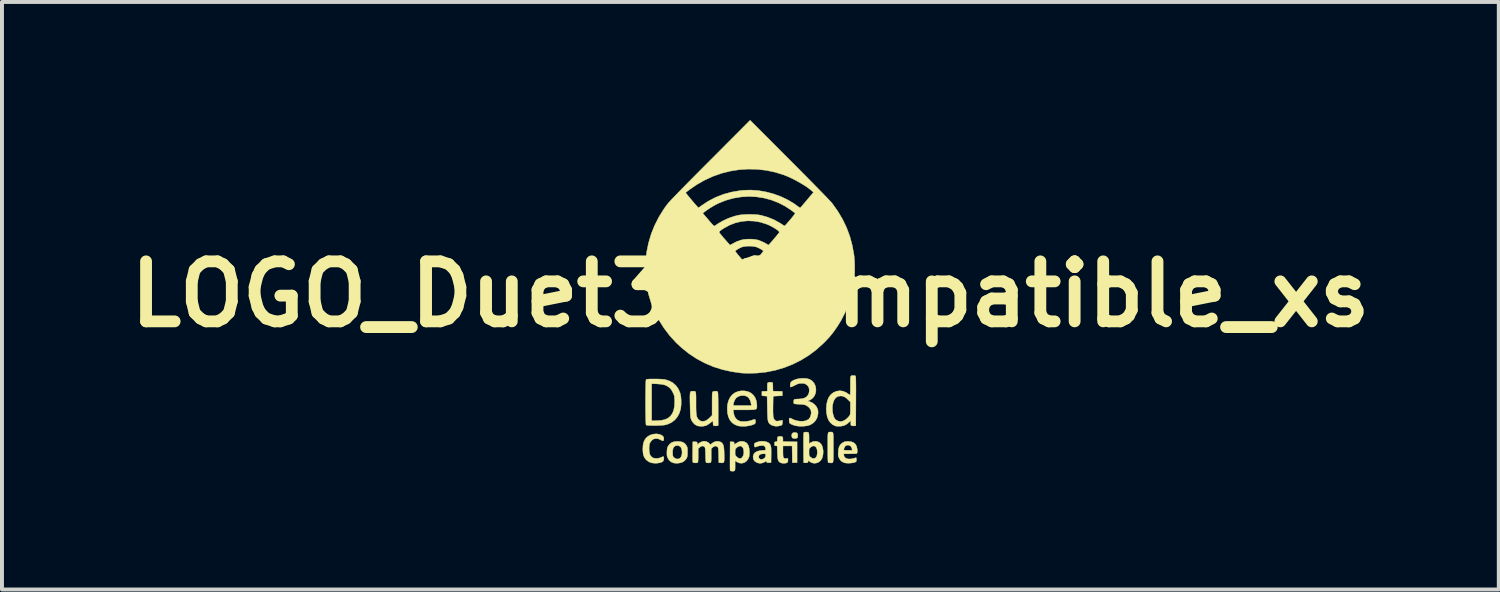
<source format=kicad_pcb>
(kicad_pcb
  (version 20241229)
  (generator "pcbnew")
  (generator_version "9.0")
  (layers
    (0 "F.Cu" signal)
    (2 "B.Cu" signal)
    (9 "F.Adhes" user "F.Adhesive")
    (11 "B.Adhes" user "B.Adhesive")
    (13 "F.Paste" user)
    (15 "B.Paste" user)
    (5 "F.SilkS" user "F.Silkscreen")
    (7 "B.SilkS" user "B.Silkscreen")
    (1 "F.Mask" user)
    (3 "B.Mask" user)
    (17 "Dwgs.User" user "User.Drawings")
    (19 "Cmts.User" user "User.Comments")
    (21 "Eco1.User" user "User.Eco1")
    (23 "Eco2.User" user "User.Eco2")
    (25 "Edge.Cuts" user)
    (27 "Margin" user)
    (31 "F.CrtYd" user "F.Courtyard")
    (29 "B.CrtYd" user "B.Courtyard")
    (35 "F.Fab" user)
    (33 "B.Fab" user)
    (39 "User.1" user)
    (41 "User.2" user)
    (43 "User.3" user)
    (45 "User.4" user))
  (footprint "LOGO_Duet3dCompatible_xs"
    (layer "F.Cu")
    (at 16.009 4.423)
    (property "Reference" "LOGO_Duet3dCompatible_xs" (at 0 0 0) (layer "F.SilkS") (effects (font (size 1.524 1.524) (thickness 0.3))))
    (attr through_hole)
    (fp_poly (pts (xy 1.165 3.516) (xy 1.19 3.53) (xy 1.202 3.558) (xy 1.204 3.589) (xy 1.202 3.625) (xy 1.194 3.646) (xy 1.182 3.655) (xy 1.15 3.665) (xy 1.112 3.665) (xy 1.08 3.657) (xy 1.066 3.649) (xy 1.055 3.626) (xy 1.049 3.593) (xy 1.049 3.589) (xy 1.056 3.547) (xy 1.078 3.522) (xy 1.115 3.512) (xy 1.122 3.512) (xy 1.165 3.516)) (stroke (width 0.01) (type solid)) (fill yes) (layer "F.SilkS"))
    (fp_poly (pts (xy 2.072 3.501) (xy 2.084 3.504) (xy 2.093 3.513) (xy 2.1 3.529) (xy 2.104 3.554) (xy 2.107 3.59) (xy 2.109 3.641) (xy 2.109 3.706) (xy 2.109 3.79) (xy 2.109 3.893) (xy 2.109 3.996) (xy 2.109 4.08) (xy 2.109 4.146) (xy 2.107 4.196) (xy 2.104 4.233) (xy 2.099 4.258) (xy 2.092 4.273) (xy 2.083 4.281) (xy 2.07 4.285) (xy 2.054 4.285) (xy 2.034 4.284) (xy 2.034 4.284) (xy 2.003 4.282) (xy 1.981 4.278) (xy 1.98 4.278) (xy 1.976 4.271) (xy 1.973 4.254) (xy 1.97 4.224) (xy 1.968 4.18) (xy 1.967 4.121) (xy 1.966 4.043) (xy 1.966 3.946) (xy 1.966 3.893) (xy 1.966 3.79) (xy 1.966 3.706) (xy 1.966 3.64) (xy 1.968 3.59) (xy 1.971 3.554) (xy 1.975 3.529) (xy 1.982 3.513) (xy 1.991 3.504) (xy 2.003 3.501) (xy 2.019 3.5) (xy 2.038 3.501) (xy 2.056 3.5) (xy 2.072 3.501)) (stroke (width 0.01) (type solid)) (fill yes) (layer "F.SilkS"))
    (fp_poly (pts (xy 0.795 3.613) (xy 0.817 3.623) (xy 0.826 3.646) (xy 0.828 3.684) (xy 0.828 3.743) (xy 1.008 3.746) (xy 1.187 3.749) (xy 1.187 4.279) (xy 1.066 4.279) (xy 1.063 4.067) (xy 1.06 3.854) (xy 0.828 3.854) (xy 0.828 3.997) (xy 0.829 4.064) (xy 0.832 4.112) (xy 0.839 4.144) (xy 0.851 4.163) (xy 0.869 4.172) (xy 0.896 4.173) (xy 0.91 4.172) (xy 0.955 4.169) (xy 0.955 4.218) (xy 0.953 4.251) (xy 0.945 4.27) (xy 0.928 4.282) (xy 0.896 4.291) (xy 0.854 4.295) (xy 0.813 4.293) (xy 0.795 4.289) (xy 0.76 4.275) (xy 0.734 4.259) (xy 0.716 4.236) (xy 0.703 4.204) (xy 0.694 4.16) (xy 0.69 4.099) (xy 0.687 4.023) (xy 0.682 3.855) (xy 0.648 3.852) (xy 0.626 3.848) (xy 0.616 3.839) (xy 0.613 3.817) (xy 0.613 3.799) (xy 0.614 3.768) (xy 0.62 3.753) (xy 0.635 3.747) (xy 0.649 3.746) (xy 0.67 3.743) (xy 0.68 3.735) (xy 0.684 3.717) (xy 0.685 3.683) (xy 0.687 3.645) (xy 0.697 3.623) (xy 0.719 3.613) (xy 0.756 3.611) (xy 0.795 3.613)) (stroke (width 0.01) (type solid)) (fill yes) (layer "F.SilkS"))
    (fp_poly (pts (xy -2.32 3.556) (xy -2.261 3.577) (xy -2.22 3.606) (xy -2.2 3.644) (xy -2.198 3.665) (xy -2.2 3.701) (xy -2.208 3.72) (xy -2.226 3.723) (xy -2.257 3.711) (xy -2.281 3.699) (xy -2.322 3.679) (xy -2.354 3.67) (xy -2.387 3.668) (xy -2.405 3.669) (xy -2.446 3.675) (xy -2.476 3.689) (xy -2.502 3.711) (xy -2.536 3.751) (xy -2.558 3.795) (xy -2.569 3.849) (xy -2.572 3.918) (xy -2.571 3.945) (xy -2.565 4.014) (xy -2.554 4.065) (xy -2.534 4.104) (xy -2.504 4.136) (xy -2.492 4.146) (xy -2.454 4.163) (xy -2.404 4.17) (xy -2.348 4.168) (xy -2.295 4.156) (xy -2.266 4.144) (xy -2.236 4.13) (xy -2.214 4.124) (xy -2.208 4.125) (xy -2.199 4.142) (xy -2.197 4.171) (xy -2.201 4.204) (xy -2.21 4.233) (xy -2.219 4.245) (xy -2.256 4.267) (xy -2.309 4.283) (xy -2.371 4.292) (xy -2.436 4.293) (xy -2.499 4.285) (xy -2.52 4.281) (xy -2.585 4.253) (xy -2.642 4.21) (xy -2.672 4.175) (xy -2.699 4.13) (xy -2.717 4.081) (xy -2.727 4.022) (xy -2.731 3.948) (xy -2.731 3.931) (xy -2.727 3.844) (xy -2.714 3.772) (xy -2.689 3.711) (xy -2.653 3.656) (xy -2.65 3.653) (xy -2.599 3.608) (xy -2.534 3.574) (xy -2.461 3.553) (xy -2.384 3.547) (xy -2.32 3.556)) (stroke (width 0.01) (type solid)) (fill yes) (layer "F.SilkS"))
    (fp_poly (pts (xy 0.53 2.238) (xy 0.569 2.247) (xy 0.572 2.355) (xy 0.575 2.462) (xy 0.812 2.468) (xy 0.812 2.579) (xy 0.696 2.584) (xy 0.58 2.59) (xy 0.576 2.816) (xy 0.575 2.912) (xy 0.575 2.989) (xy 0.577 3.049) (xy 0.58 3.096) (xy 0.586 3.13) (xy 0.594 3.156) (xy 0.604 3.176) (xy 0.618 3.193) (xy 0.62 3.195) (xy 0.643 3.215) (xy 0.664 3.223) (xy 0.693 3.222) (xy 0.705 3.221) (xy 0.743 3.215) (xy 0.779 3.209) (xy 0.787 3.207) (xy 0.818 3.2) (xy 0.815 3.259) (xy 0.812 3.295) (xy 0.804 3.316) (xy 0.79 3.328) (xy 0.784 3.331) (xy 0.758 3.34) (xy 0.721 3.347) (xy 0.683 3.352) (xy 0.651 3.354) (xy 0.635 3.352) (xy 0.617 3.348) (xy 0.589 3.342) (xy 0.583 3.341) (xy 0.547 3.329) (xy 0.511 3.308) (xy 0.507 3.305) (xy 0.487 3.288) (xy 0.472 3.27) (xy 0.46 3.249) (xy 0.451 3.223) (xy 0.444 3.189) (xy 0.439 3.144) (xy 0.436 3.086) (xy 0.433 3.011) (xy 0.431 2.917) (xy 0.431 2.893) (xy 0.425 2.59) (xy 0.293 2.579) (xy 0.293 2.468) (xy 0.362 2.465) (xy 0.431 2.462) (xy 0.431 2.357) (xy 0.431 2.308) (xy 0.432 2.277) (xy 0.436 2.259) (xy 0.444 2.249) (xy 0.456 2.242) (xy 0.461 2.241) (xy 0.502 2.234) (xy 0.53 2.238)) (stroke (width 0.01) (type solid)) (fill yes) (layer "F.SilkS"))
    (fp_poly (pts (xy -1.773 3.744) (xy -1.712 3.761) (xy -1.665 3.792) (xy -1.628 3.838) (xy -1.626 3.841) (xy -1.612 3.867) (xy -1.603 3.89) (xy -1.598 3.917) (xy -1.596 3.954) (xy -1.596 4.007) (xy -1.596 4.009) (xy -1.597 4.072) (xy -1.602 4.12) (xy -1.614 4.156) (xy -1.633 4.188) (xy -1.661 4.22) (xy -1.669 4.228) (xy -1.718 4.262) (xy -1.781 4.284) (xy -1.852 4.294) (xy -1.925 4.291) (xy -1.951 4.285) (xy -2.013 4.26) (xy -2.063 4.217) (xy -2.093 4.169) (xy -2.107 4.138) (xy -2.116 4.111) (xy -2.119 4.08) (xy -2.12 4.04) (xy -2.119 4.006) (xy -2.118 3.987) (xy -1.975 3.987) (xy -1.975 4.037) (xy -1.972 4.081) (xy -1.967 4.109) (xy -1.958 4.129) (xy -1.943 4.146) (xy -1.935 4.153) (xy -1.893 4.178) (xy -1.847 4.186) (xy -1.803 4.175) (xy -1.79 4.167) (xy -1.76 4.133) (xy -1.741 4.083) (xy -1.734 4.018) (xy -1.734 4.014) (xy -1.741 3.946) (xy -1.76 3.895) (xy -1.793 3.861) (xy -1.837 3.844) (xy -1.856 3.843) (xy -1.905 3.852) (xy -1.941 3.879) (xy -1.965 3.924) (xy -1.975 3.987) (xy -2.118 3.987) (xy -2.116 3.954) (xy -2.112 3.918) (xy -2.104 3.89) (xy -2.091 3.864) (xy -2.082 3.848) (xy -2.041 3.798) (xy -1.991 3.764) (xy -1.929 3.744) (xy -1.851 3.738) (xy -1.85 3.738) (xy -1.773 3.744)) (stroke (width 0.01) (type solid)) (fill yes) (layer "F.SilkS"))
    (fp_poly (pts (xy -0.163 3.743) (xy -0.114 3.765) (xy -0.075 3.799) (xy -0.048 3.847) (xy -0.031 3.912) (xy -0.024 3.981) (xy -0.024 4.032) (xy -0.026 4.081) (xy -0.03 4.118) (xy -0.032 4.126) (xy -0.059 4.19) (xy -0.099 4.24) (xy -0.148 4.275) (xy -0.205 4.292) (xy -0.264 4.291) (xy -0.324 4.27) (xy -0.342 4.259) (xy -0.387 4.229) (xy -0.387 4.355) (xy -0.387 4.413) (xy -0.389 4.452) (xy -0.395 4.476) (xy -0.408 4.489) (xy -0.428 4.494) (xy -0.458 4.495) (xy -0.465 4.495) (xy -0.495 4.491) (xy -0.513 4.483) (xy -0.514 4.481) (xy -0.515 4.467) (xy -0.516 4.433) (xy -0.517 4.383) (xy -0.517 4.319) (xy -0.517 4.244) (xy -0.517 4.161) (xy -0.516 4.108) (xy -0.516 4.014) (xy -0.387 4.014) (xy -0.386 4.056) (xy -0.383 4.083) (xy -0.374 4.102) (xy -0.358 4.12) (xy -0.342 4.134) (xy -0.299 4.165) (xy -0.26 4.174) (xy -0.226 4.161) (xy -0.212 4.15) (xy -0.183 4.105) (xy -0.168 4.049) (xy -0.166 4.008) (xy -0.172 3.945) (xy -0.19 3.898) (xy -0.218 3.867) (xy -0.252 3.855) (xy -0.293 3.862) (xy -0.337 3.889) (xy -0.342 3.894) (xy -0.365 3.916) (xy -0.378 3.933) (xy -0.385 3.954) (xy -0.386 3.986) (xy -0.387 4.014) (xy -0.516 4.014) (xy -0.514 3.749) (xy -0.464 3.749) (xy -0.433 3.75) (xy -0.418 3.756) (xy -0.412 3.771) (xy -0.411 3.784) (xy -0.407 3.819) (xy -0.352 3.782) (xy -0.287 3.747) (xy -0.224 3.734) (xy -0.163 3.743)) (stroke (width 0.01) (type solid)) (fill yes) (layer "F.SilkS"))
    (fp_poly (pts (xy 1.451 3.504) (xy 1.474 3.512) (xy 1.478 3.514) (xy 1.484 3.533) (xy 1.489 3.573) (xy 1.491 3.635) (xy 1.491 3.663) (xy 1.491 3.798) (xy 1.531 3.771) (xy 1.588 3.744) (xy 1.648 3.734) (xy 1.706 3.743) (xy 1.758 3.769) (xy 1.8 3.81) (xy 1.816 3.837) (xy 1.84 3.909) (xy 1.85 3.989) (xy 1.846 4.071) (xy 1.829 4.146) (xy 1.813 4.184) (xy 1.776 4.234) (xy 1.727 4.27) (xy 1.67 4.29) (xy 1.61 4.293) (xy 1.557 4.279) (xy 1.524 4.261) (xy 1.495 4.24) (xy 1.494 4.238) (xy 1.469 4.215) (xy 1.469 4.244) (xy 1.46 4.27) (xy 1.433 4.283) (xy 1.388 4.283) (xy 1.385 4.283) (xy 1.353 4.279) (xy 1.351 4.014) (xy 1.491 4.014) (xy 1.491 4.059) (xy 1.494 4.089) (xy 1.5 4.108) (xy 1.512 4.123) (xy 1.53 4.14) (xy 1.573 4.168) (xy 1.615 4.173) (xy 1.646 4.163) (xy 1.675 4.135) (xy 1.693 4.089) (xy 1.701 4.025) (xy 1.701 4.014) (xy 1.695 3.95) (xy 1.678 3.901) (xy 1.651 3.868) (xy 1.618 3.854) (xy 1.579 3.858) (xy 1.536 3.883) (xy 1.53 3.888) (xy 1.511 3.906) (xy 1.499 3.922) (xy 1.493 3.941) (xy 1.491 3.971) (xy 1.491 4.014) (xy 1.351 4.014) (xy 1.35 3.899) (xy 1.349 3.792) (xy 1.349 3.706) (xy 1.35 3.638) (xy 1.351 3.586) (xy 1.353 3.55) (xy 1.355 3.526) (xy 1.359 3.513) (xy 1.361 3.51) (xy 1.384 3.503) (xy 1.417 3.501) (xy 1.451 3.504)) (stroke (width 0.01) (type solid)) (fill yes) (layer "F.SilkS"))
    (fp_poly (pts (xy 2.562 3.746) (xy 2.623 3.769) (xy 2.668 3.808) (xy 2.698 3.862) (xy 2.714 3.933) (xy 2.716 3.972) (xy 2.715 4.012) (xy 2.71 4.035) (xy 2.7 4.046) (xy 2.699 4.046) (xy 2.682 4.049) (xy 2.648 4.051) (xy 2.6 4.052) (xy 2.545 4.053) (xy 2.528 4.053) (xy 2.374 4.053) (xy 2.374 4.081) (xy 2.384 4.124) (xy 2.411 4.156) (xy 2.453 4.177) (xy 2.507 4.186) (xy 2.57 4.182) (xy 2.624 4.169) (xy 2.656 4.16) (xy 2.68 4.154) (xy 2.686 4.152) (xy 2.691 4.162) (xy 2.694 4.187) (xy 2.695 4.203) (xy 2.693 4.234) (xy 2.686 4.252) (xy 2.667 4.264) (xy 2.655 4.269) (xy 2.614 4.281) (xy 2.559 4.288) (xy 2.5 4.292) (xy 2.444 4.29) (xy 2.399 4.284) (xy 2.391 4.281) (xy 2.336 4.258) (xy 2.297 4.228) (xy 2.266 4.185) (xy 2.257 4.168) (xy 2.243 4.137) (xy 2.235 4.11) (xy 2.231 4.08) (xy 2.231 4.04) (xy 2.233 4.005) (xy 2.239 3.942) (xy 2.374 3.942) (xy 2.376 3.952) (xy 2.383 3.959) (xy 2.4 3.963) (xy 2.43 3.964) (xy 2.479 3.965) (xy 2.587 3.965) (xy 2.58 3.923) (xy 2.564 3.88) (xy 2.534 3.849) (xy 2.494 3.833) (xy 2.452 3.835) (xy 2.429 3.843) (xy 2.406 3.865) (xy 2.386 3.898) (xy 2.375 3.933) (xy 2.374 3.942) (xy 2.239 3.942) (xy 2.241 3.928) (xy 2.258 3.867) (xy 2.287 3.82) (xy 2.33 3.782) (xy 2.35 3.769) (xy 2.382 3.752) (xy 2.412 3.743) (xy 2.449 3.739) (xy 2.485 3.738) (xy 2.562 3.746)) (stroke (width 0.01) (type solid)) (fill yes) (layer "F.SilkS"))
    (fp_poly (pts (xy 0.351 3.737) (xy 0.413 3.75) (xy 0.462 3.774) (xy 0.485 3.794) (xy 0.501 3.814) (xy 0.512 3.837) (xy 0.521 3.865) (xy 0.526 3.902) (xy 0.528 3.952) (xy 0.529 4.016) (xy 0.528 4.1) (xy 0.528 4.103) (xy 0.525 4.279) (xy 0.47 4.279) (xy 0.437 4.278) (xy 0.419 4.273) (xy 0.411 4.26) (xy 0.409 4.252) (xy 0.402 4.234) (xy 0.394 4.237) (xy 0.393 4.239) (xy 0.373 4.257) (xy 0.338 4.274) (xy 0.298 4.288) (xy 0.258 4.295) (xy 0.248 4.296) (xy 0.21 4.29) (xy 0.167 4.277) (xy 0.154 4.271) (xy 0.106 4.237) (xy 0.078 4.192) (xy 0.069 4.137) (xy 0.069 4.127) (xy 0.21 4.127) (xy 0.219 4.163) (xy 0.242 4.186) (xy 0.275 4.196) (xy 0.313 4.191) (xy 0.351 4.169) (xy 0.353 4.168) (xy 0.377 4.142) (xy 0.386 4.114) (xy 0.387 4.096) (xy 0.387 4.053) (xy 0.327 4.053) (xy 0.275 4.059) (xy 0.236 4.077) (xy 0.214 4.105) (xy 0.21 4.127) (xy 0.069 4.127) (xy 0.07 4.122) (xy 0.083 4.069) (xy 0.113 4.027) (xy 0.159 3.997) (xy 0.223 3.977) (xy 0.3 3.967) (xy 0.387 3.961) (xy 0.387 3.924) (xy 0.377 3.884) (xy 0.363 3.864) (xy 0.347 3.851) (xy 0.327 3.845) (xy 0.297 3.844) (xy 0.271 3.846) (xy 0.228 3.852) (xy 0.188 3.862) (xy 0.167 3.87) (xy 0.133 3.883) (xy 0.111 3.879) (xy 0.101 3.856) (xy 0.099 3.832) (xy 0.101 3.804) (xy 0.109 3.787) (xy 0.129 3.774) (xy 0.149 3.765) (xy 0.214 3.744) (xy 0.283 3.734) (xy 0.351 3.737)) (stroke (width 0.01) (type solid)) (fill yes) (layer "F.SilkS"))
    (fp_poly (pts (xy -0.139 2.456) (xy -0.053 2.476) (xy 0.021 2.513) (xy 0.08 2.566) (xy 0.125 2.634) (xy 0.154 2.717) (xy 0.165 2.813) (xy 0.166 2.829) (xy 0.166 2.86) (xy 0.164 2.884) (xy 0.158 2.903) (xy 0.145 2.917) (xy 0.124 2.926) (xy 0.091 2.932) (xy 0.045 2.936) (xy -0.017 2.937) (xy -0.098 2.938) (xy -0.159 2.938) (xy -0.434 2.938) (xy -0.427 3.004) (xy -0.41 3.081) (xy -0.378 3.144) (xy -0.332 3.192) (xy -0.273 3.222) (xy -0.262 3.226) (xy -0.21 3.233) (xy -0.146 3.234) (xy -0.078 3.228) (xy -0.013 3.215) (xy 0.028 3.203) (xy 0.073 3.187) (xy 0.102 3.179) (xy 0.119 3.181) (xy 0.127 3.193) (xy 0.13 3.217) (xy 0.13 3.227) (xy 0.13 3.257) (xy 0.123 3.28) (xy 0.105 3.297) (xy 0.073 3.312) (xy 0.025 3.327) (xy -0.005 3.335) (xy -0.081 3.349) (xy -0.161 3.356) (xy -0.24 3.354) (xy -0.307 3.345) (xy -0.32 3.341) (xy -0.402 3.308) (xy -0.469 3.259) (xy -0.522 3.193) (xy -0.559 3.111) (xy -0.581 3.015) (xy -0.583 2.998) (xy -0.588 2.884) (xy -0.579 2.801) (xy -0.431 2.801) (xy -0.431 2.827) (xy 0.025 2.827) (xy 0.017 2.775) (xy 0.000238 2.707) (xy -0.029 2.65) (xy -0.068 2.608) (xy -0.083 2.598) (xy -0.139 2.578) (xy -0.201 2.573) (xy -0.264 2.582) (xy -0.32 2.605) (xy -0.365 2.64) (xy -0.374 2.651) (xy -0.398 2.691) (xy -0.417 2.738) (xy -0.429 2.782) (xy -0.431 2.801) (xy -0.579 2.801) (xy -0.576 2.781) (xy -0.549 2.689) (xy -0.508 2.611) (xy -0.453 2.547) (xy -0.385 2.498) (xy -0.305 2.467) (xy -0.236 2.455) (xy -0.139 2.456)) (stroke (width 0.01) (type solid)) (fill yes) (layer "F.SilkS"))
    (fp_poly (pts (xy -2.359 2.154) (xy -2.295 2.156) (xy -2.236 2.16) (xy -2.188 2.165) (xy -2.155 2.17) (xy -2.051 2.205) (xy -1.962 2.255) (xy -1.888 2.322) (xy -1.83 2.404) (xy -1.787 2.501) (xy -1.773 2.554) (xy -1.763 2.615) (xy -1.758 2.69) (xy -1.757 2.771) (xy -1.762 2.848) (xy -1.771 2.915) (xy -1.772 2.919) (xy -1.805 3.024) (xy -1.854 3.116) (xy -1.919 3.193) (xy -1.999 3.255) (xy -2.094 3.3) (xy -2.156 3.318) (xy -2.191 3.324) (xy -2.24 3.329) (xy -2.299 3.332) (xy -2.364 3.335) (xy -2.43 3.336) (xy -2.494 3.335) (xy -2.552 3.334) (xy -2.6 3.331) (xy -2.633 3.327) (xy -2.648 3.322) (xy -2.651 3.308) (xy -2.654 3.274) (xy -2.656 3.224) (xy -2.657 3.214) (xy -2.507 3.214) (xy -2.421 3.213) (xy -2.365 3.212) (xy -2.303 3.207) (xy -2.256 3.203) (xy -2.164 3.182) (xy -2.088 3.146) (xy -2.026 3.093) (xy -1.979 3.025) (xy -1.946 2.94) (xy -1.927 2.839) (xy -1.923 2.72) (xy -1.924 2.694) (xy -1.926 2.639) (xy -1.93 2.599) (xy -1.937 2.568) (xy -1.948 2.537) (xy -1.965 2.501) (xy -1.972 2.488) (xy -2.002 2.434) (xy -2.032 2.395) (xy -2.068 2.363) (xy -2.071 2.361) (xy -2.114 2.332) (xy -2.161 2.31) (xy -2.215 2.295) (xy -2.281 2.285) (xy -2.364 2.279) (xy -2.372 2.278) (xy -2.507 2.272) (xy -2.507 3.214) (xy -2.657 3.214) (xy -2.658 3.159) (xy -2.66 3.083) (xy -2.661 2.997) (xy -2.662 2.904) (xy -2.662 2.807) (xy -2.663 2.708) (xy -2.662 2.611) (xy -2.661 2.517) (xy -2.66 2.429) (xy -2.659 2.349) (xy -2.657 2.281) (xy -2.655 2.226) (xy -2.652 2.188) (xy -2.649 2.168) (xy -2.648 2.167) (xy -2.632 2.161) (xy -2.597 2.157) (xy -2.549 2.154) (xy -2.49 2.153) (xy -2.426 2.153) (xy -2.359 2.154)) (stroke (width 0.01) (type solid)) (fill yes) (layer "F.SilkS"))
    (fp_poly (pts (xy -1.416 2.464) (xy -1.402 2.469) (xy -1.393 2.48) (xy -1.387 2.5) (xy -1.383 2.532) (xy -1.381 2.577) (xy -1.38 2.638) (xy -1.38 2.718) (xy -1.38 2.75) (xy -1.38 2.852) (xy -1.379 2.935) (xy -1.376 3.001) (xy -1.371 3.052) (xy -1.364 3.092) (xy -1.355 3.124) (xy -1.342 3.149) (xy -1.326 3.17) (xy -1.314 3.183) (xy -1.285 3.209) (xy -1.256 3.223) (xy -1.219 3.227) (xy -1.176 3.226) (xy -1.132 3.213) (xy -1.081 3.18) (xy -1.024 3.13) (xy -1.019 3.124) (xy -0.972 3.076) (xy -0.972 2.781) (xy -0.972 2.692) (xy -0.971 2.623) (xy -0.971 2.571) (xy -0.969 2.534) (xy -0.967 2.508) (xy -0.964 2.491) (xy -0.959 2.482) (xy -0.954 2.476) (xy -0.95 2.474) (xy -0.922 2.466) (xy -0.887 2.463) (xy -0.853 2.466) (xy -0.831 2.475) (xy -0.83 2.476) (xy -0.827 2.486) (xy -0.824 2.508) (xy -0.821 2.545) (xy -0.82 2.597) (xy -0.818 2.666) (xy -0.818 2.754) (xy -0.817 2.862) (xy -0.817 2.912) (xy -0.817 3.335) (xy -0.843 3.341) (xy -0.873 3.345) (xy -0.907 3.344) (xy -0.928 3.341) (xy -0.939 3.334) (xy -0.945 3.316) (xy -0.947 3.283) (xy -0.948 3.278) (xy -0.951 3.215) (xy -1.018 3.269) (xy -1.058 3.298) (xy -1.1 3.324) (xy -1.134 3.34) (xy -1.136 3.34) (xy -1.199 3.353) (xy -1.269 3.355) (xy -1.335 3.345) (xy -1.355 3.339) (xy -1.404 3.312) (xy -1.45 3.268) (xy -1.488 3.215) (xy -1.508 3.168) (xy -1.514 3.145) (xy -1.519 3.117) (xy -1.523 3.081) (xy -1.526 3.033) (xy -1.528 2.972) (xy -1.53 2.894) (xy -1.532 2.8) (xy -1.534 2.705) (xy -1.535 2.63) (xy -1.534 2.572) (xy -1.532 2.529) (xy -1.528 2.499) (xy -1.52 2.48) (xy -1.51 2.469) (xy -1.495 2.464) (xy -1.476 2.463) (xy -1.457 2.463) (xy -1.433 2.463) (xy -1.416 2.464)) (stroke (width 0.01) (type solid)) (fill yes) (layer "F.SilkS"))
    (fp_poly (pts (xy -1.119 3.742) (xy -1.07 3.766) (xy -1.04 3.793) (xy -1.016 3.824) (xy -0.978 3.79) (xy -0.926 3.756) (xy -0.868 3.738) (xy -0.81 3.736) (xy -0.758 3.752) (xy -0.741 3.763) (xy -0.717 3.783) (xy -0.699 3.807) (xy -0.686 3.838) (xy -0.676 3.878) (xy -0.67 3.932) (xy -0.666 4.002) (xy -0.664 4.064) (xy -0.663 4.14) (xy -0.663 4.196) (xy -0.666 4.236) (xy -0.672 4.262) (xy -0.683 4.276) (xy -0.7 4.283) (xy -0.724 4.284) (xy -0.747 4.283) (xy -0.801 4.279) (xy -0.806 4.088) (xy -0.808 4.018) (xy -0.81 3.968) (xy -0.813 3.932) (xy -0.817 3.909) (xy -0.822 3.893) (xy -0.829 3.883) (xy -0.838 3.875) (xy -0.873 3.857) (xy -0.909 3.859) (xy -0.948 3.883) (xy -0.955 3.888) (xy -0.994 3.923) (xy -0.994 4.097) (xy -0.994 4.164) (xy -0.995 4.212) (xy -0.997 4.244) (xy -1.001 4.264) (xy -1.006 4.275) (xy -1.011 4.278) (xy -1.038 4.283) (xy -1.072 4.284) (xy -1.104 4.282) (xy -1.123 4.276) (xy -1.129 4.263) (xy -1.133 4.23) (xy -1.137 4.176) (xy -1.139 4.102) (xy -1.139 4.084) (xy -1.141 4.015) (xy -1.143 3.965) (xy -1.146 3.929) (xy -1.15 3.906) (xy -1.155 3.89) (xy -1.163 3.879) (xy -1.164 3.877) (xy -1.195 3.857) (xy -1.232 3.857) (xy -1.273 3.878) (xy -1.286 3.888) (xy -1.325 3.923) (xy -1.325 4.097) (xy -1.325 4.164) (xy -1.327 4.212) (xy -1.329 4.244) (xy -1.332 4.264) (xy -1.337 4.275) (xy -1.343 4.278) (xy -1.369 4.283) (xy -1.404 4.284) (xy -1.437 4.281) (xy -1.455 4.276) (xy -1.46 4.268) (xy -1.463 4.249) (xy -1.466 4.217) (xy -1.467 4.17) (xy -1.467 4.105) (xy -1.466 4.021) (xy -1.466 4.008) (xy -1.463 3.749) (xy -1.408 3.749) (xy -1.375 3.75) (xy -1.358 3.755) (xy -1.351 3.768) (xy -1.347 3.786) (xy -1.342 3.824) (xy -1.32 3.799) (xy -1.285 3.771) (xy -1.238 3.748) (xy -1.191 3.734) (xy -1.173 3.733) (xy -1.119 3.742)) (stroke (width 0.01) (type solid)) (fill yes) (layer "F.SilkS"))
    (fp_poly (pts (xy 2.615 2.065) (xy 2.646 2.068) (xy 2.668 2.073) (xy 2.67 2.074) (xy 2.673 2.081) (xy 2.675 2.096) (xy 2.678 2.122) (xy 2.679 2.161) (xy 2.68 2.213) (xy 2.681 2.28) (xy 2.682 2.363) (xy 2.682 2.465) (xy 2.681 2.585) (xy 2.681 2.712) (xy 2.678 3.341) (xy 2.641 3.344) (xy 2.606 3.345) (xy 2.577 3.341) (xy 2.562 3.335) (xy 2.554 3.323) (xy 2.551 3.298) (xy 2.551 3.273) (xy 2.551 3.211) (xy 2.502 3.256) (xy 2.444 3.303) (xy 2.387 3.333) (xy 2.324 3.349) (xy 2.275 3.353) (xy 2.23 3.354) (xy 2.191 3.352) (xy 2.165 3.348) (xy 2.164 3.348) (xy 2.09 3.313) (xy 2.03 3.261) (xy 1.984 3.194) (xy 1.952 3.109) (xy 1.933 3.007) (xy 1.929 2.916) (xy 1.93 2.897) (xy 2.083 2.897) (xy 2.087 2.971) (xy 2.099 3.043) (xy 2.117 3.107) (xy 2.142 3.158) (xy 2.165 3.186) (xy 2.194 3.205) (xy 2.233 3.222) (xy 2.273 3.233) (xy 2.292 3.235) (xy 2.317 3.231) (xy 2.349 3.222) (xy 2.353 3.221) (xy 2.409 3.192) (xy 2.463 3.149) (xy 2.509 3.099) (xy 2.521 3.081) (xy 2.53 3.065) (xy 2.535 3.046) (xy 2.538 3.02) (xy 2.54 2.982) (xy 2.54 2.929) (xy 2.54 2.897) (xy 2.54 2.737) (xy 2.48 2.677) (xy 2.428 2.631) (xy 2.38 2.602) (xy 2.331 2.587) (xy 2.291 2.584) (xy 2.229 2.594) (xy 2.178 2.622) (xy 2.137 2.67) (xy 2.107 2.737) (xy 2.088 2.823) (xy 2.087 2.826) (xy 2.083 2.897) (xy 1.93 2.897) (xy 1.936 2.8) (xy 1.958 2.7) (xy 1.994 2.616) (xy 2.044 2.549) (xy 2.109 2.498) (xy 2.112 2.496) (xy 2.191 2.463) (xy 2.27 2.452) (xy 2.35 2.462) (xy 2.428 2.494) (xy 2.458 2.513) (xy 2.492 2.536) (xy 2.519 2.553) (xy 2.533 2.562) (xy 2.535 2.562) (xy 2.536 2.552) (xy 2.538 2.522) (xy 2.539 2.477) (xy 2.54 2.419) (xy 2.54 2.352) (xy 2.54 2.32) (xy 2.54 2.239) (xy 2.54 2.177) (xy 2.542 2.132) (xy 2.546 2.101) (xy 2.553 2.081) (xy 2.563 2.07) (xy 2.577 2.066) (xy 2.597 2.065) (xy 2.615 2.065)) (stroke (width 0.01) (type solid)) (fill yes) (layer "F.SilkS"))
    (fp_poly (pts (xy 1.434 2.142) (xy 1.497 2.159) (xy 1.505 2.162) (xy 1.566 2.2) (xy 1.613 2.251) (xy 1.645 2.312) (xy 1.663 2.379) (xy 1.666 2.448) (xy 1.655 2.516) (xy 1.629 2.579) (xy 1.588 2.634) (xy 1.532 2.678) (xy 1.511 2.689) (xy 1.458 2.713) (xy 1.504 2.727) (xy 1.576 2.759) (xy 1.637 2.806) (xy 1.684 2.865) (xy 1.713 2.931) (xy 1.719 2.97) (xy 1.72 3.018) (xy 1.718 3.042) (xy 1.699 3.128) (xy 1.661 3.202) (xy 1.606 3.264) (xy 1.534 3.311) (xy 1.5 3.326) (xy 1.443 3.342) (xy 1.373 3.351) (xy 1.296 3.355) (xy 1.22 3.351) (xy 1.153 3.342) (xy 1.137 3.338) (xy 1.093 3.324) (xy 1.052 3.308) (xy 1.027 3.296) (xy 1.004 3.281) (xy 0.992 3.264) (xy 0.987 3.238) (xy 0.985 3.214) (xy 0.985 3.172) (xy 0.991 3.149) (xy 1.007 3.143) (xy 1.033 3.154) (xy 1.04 3.158) (xy 1.114 3.193) (xy 1.193 3.216) (xy 1.273 3.227) (xy 1.349 3.225) (xy 1.416 3.21) (xy 1.471 3.182) (xy 1.484 3.172) (xy 1.515 3.131) (xy 1.536 3.078) (xy 1.545 3.02) (xy 1.541 2.963) (xy 1.534 2.941) (xy 1.508 2.896) (xy 1.465 2.854) (xy 1.419 2.824) (xy 1.393 2.813) (xy 1.36 2.805) (xy 1.316 2.799) (xy 1.256 2.795) (xy 1.246 2.795) (xy 1.195 2.792) (xy 1.152 2.788) (xy 1.122 2.784) (xy 1.109 2.781) (xy 1.102 2.762) (xy 1.1 2.732) (xy 1.103 2.701) (xy 1.111 2.677) (xy 1.116 2.672) (xy 1.134 2.667) (xy 1.168 2.664) (xy 1.211 2.662) (xy 1.226 2.662) (xy 1.313 2.654) (xy 1.383 2.633) (xy 1.437 2.597) (xy 1.474 2.549) (xy 1.493 2.487) (xy 1.496 2.445) (xy 1.491 2.388) (xy 1.473 2.345) (xy 1.439 2.308) (xy 1.414 2.289) (xy 1.387 2.274) (xy 1.355 2.266) (xy 1.312 2.264) (xy 1.302 2.264) (xy 1.265 2.265) (xy 1.234 2.269) (xy 1.203 2.279) (xy 1.165 2.296) (xy 1.127 2.315) (xy 1.084 2.336) (xy 1.049 2.351) (xy 1.026 2.359) (xy 1.019 2.359) (xy 1.012 2.34) (xy 1.012 2.308) (xy 1.016 2.273) (xy 1.025 2.243) (xy 1.032 2.231) (xy 1.076 2.197) (xy 1.136 2.169) (xy 1.206 2.149) (xy 1.283 2.138) (xy 1.36 2.135) (xy 1.434 2.142)) (stroke (width 0.01) (type solid)) (fill yes) (layer "F.SilkS"))
    (fp_poly (pts (xy 1 -3.41) (xy 1.145 -3.265) (xy 1.281 -3.128) (xy 1.41 -2.998) (xy 1.53 -2.877) (xy 1.639 -2.766) (xy 1.739 -2.664) (xy 1.827 -2.574) (xy 1.904 -2.495) (xy 1.967 -2.429) (xy 2.018 -2.375) (xy 2.054 -2.336) (xy 2.076 -2.311) (xy 2.079 -2.308) (xy 2.222 -2.106) (xy 2.344 -1.9) (xy 2.445 -1.689) (xy 2.526 -1.471) (xy 2.587 -1.245) (xy 2.63 -1.01) (xy 2.635 -0.972) (xy 2.646 -0.846) (xy 2.65 -0.705) (xy 2.649 -0.558) (xy 2.641 -0.411) (xy 2.627 -0.271) (xy 2.607 -0.145) (xy 2.607 -0.144) (xy 2.557 0.062) (xy 2.489 0.268) (xy 2.405 0.469) (xy 2.307 0.661) (xy 2.216 0.809) (xy 2.144 0.914) (xy 2.075 1.006) (xy 2.005 1.09) (xy 1.928 1.174) (xy 1.861 1.242) (xy 1.683 1.403) (xy 1.494 1.546) (xy 1.292 1.671) (xy 1.081 1.777) (xy 0.862 1.864) (xy 0.635 1.931) (xy 0.403 1.978) (xy 0.167 2.003) (xy -0.027 2.008) (xy -0.087 2.007) (xy -0.142 2.006) (xy -0.187 2.004) (xy -0.217 2.003) (xy -0.221 2.003) (xy -0.472 1.967) (xy -0.711 1.914) (xy -0.939 1.842) (xy -1.156 1.75) (xy -1.362 1.64) (xy -1.559 1.51) (xy -1.745 1.361) (xy -1.884 1.232) (xy -2.048 1.052) (xy -2.194 0.86) (xy -2.322 0.657) (xy -2.431 0.443) (xy -2.52 0.219) (xy -2.59 -0.013) (xy -2.639 -0.254) (xy -2.639 -0.257) (xy -2.651 -0.349) (xy -2.659 -0.456) (xy -2.664 -0.569) (xy -2.665 -0.683) (xy -2.662 -0.789) (xy -2.661 -0.816) (xy -2.635 -1.059) (xy -2.629 -1.092) (xy -0.384 -1.092) (xy -0.375 -1.078) (xy -0.355 -1.052) (xy -0.325 -1.015) (xy -0.288 -0.971) (xy -0.247 -0.922) (xy -0.203 -0.871) (xy -0.159 -0.82) (xy -0.117 -0.773) (xy -0.08 -0.732) (xy -0.05 -0.699) (xy -0.03 -0.678) (xy -0.021 -0.671) (xy -0.021 -0.671) (xy -0.012 -0.682) (xy 0.01 -0.706) (xy 0.041 -0.743) (xy 0.08 -0.79) (xy 0.126 -0.844) (xy 0.159 -0.883) (xy 0.207 -0.941) (xy 0.25 -0.992) (xy 0.285 -1.036) (xy 0.312 -1.07) (xy 0.328 -1.091) (xy 0.331 -1.096) (xy 0.322 -1.108) (xy 0.298 -1.126) (xy 0.263 -1.147) (xy 0.223 -1.169) (xy 0.182 -1.188) (xy 0.166 -1.195) (xy 0.111 -1.21) (xy 0.042 -1.219) (xy -0.034 -1.222) (xy -0.11 -1.218) (xy -0.177 -1.208) (xy -0.222 -1.195) (xy -0.264 -1.176) (xy -0.305 -1.154) (xy -0.342 -1.131) (xy -0.369 -1.111) (xy -0.383 -1.096) (xy -0.384 -1.092) (xy -2.629 -1.092) (xy -2.588 -1.295) (xy -2.521 -1.523) (xy -2.5 -1.577) (xy -0.791 -1.577) (xy -0.786 -1.563) (xy -0.783 -1.558) (xy -0.766 -1.536) (xy -0.74 -1.504) (xy -0.708 -1.465) (xy -0.671 -1.421) (xy -0.632 -1.377) (xy -0.595 -1.334) (xy -0.562 -1.297) (xy -0.536 -1.268) (xy -0.52 -1.252) (xy -0.516 -1.248) (xy -0.503 -1.254) (xy -0.477 -1.267) (xy -0.461 -1.277) (xy -0.358 -1.332) (xy -0.245 -1.373) (xy -0.194 -1.386) (xy -0.126 -1.396) (xy -0.046 -1.4) (xy 0.038 -1.399) (xy 0.118 -1.391) (xy 0.186 -1.378) (xy 0.199 -1.375) (xy 0.24 -1.36) (xy 0.288 -1.34) (xy 0.338 -1.317) (xy 0.383 -1.294) (xy 0.417 -1.274) (xy 0.432 -1.264) (xy 0.45 -1.251) (xy 0.459 -1.249) (xy 0.469 -1.257) (xy 0.49 -1.279) (xy 0.52 -1.312) (xy 0.555 -1.352) (xy 0.593 -1.397) (xy 0.632 -1.442) (xy 0.668 -1.486) (xy 0.699 -1.524) (xy 0.722 -1.553) (xy 0.734 -1.571) (xy 0.736 -1.573) (xy 0.73 -1.589) (xy 0.709 -1.612) (xy 0.673 -1.64) (xy 0.627 -1.671) (xy 0.573 -1.703) (xy 0.515 -1.734) (xy 0.457 -1.762) (xy 0.417 -1.778) (xy 0.257 -1.829) (xy 0.097 -1.857) (xy -0.062 -1.864) (xy -0.219 -1.85) (xy -0.374 -1.814) (xy -0.524 -1.757) (xy -0.668 -1.679) (xy -0.692 -1.664) (xy -0.739 -1.632) (xy -0.77 -1.609) (xy -0.786 -1.591) (xy -0.791 -1.577) (xy -2.5 -1.577) (xy -2.433 -1.744) (xy -2.324 -1.959) (xy -2.264 -2.055) (xy -1.208 -2.055) (xy -1.153 -1.991) (xy -1.122 -1.956) (xy -1.083 -1.91) (xy -1.041 -1.86) (xy -1.011 -1.825) (xy -0.974 -1.783) (xy -0.943 -1.751) (xy -0.922 -1.734) (xy -0.913 -1.731) (xy -0.898 -1.74) (xy -0.87 -1.759) (xy -0.836 -1.782) (xy -0.829 -1.787) (xy -0.704 -1.861) (xy -0.565 -1.926) (xy -0.418 -1.978) (xy -0.309 -2.006) (xy -0.242 -2.016) (xy -0.16 -2.023) (xy -0.069 -2.027) (xy 0.025 -2.027) (xy 0.116 -2.024) (xy 0.198 -2.017) (xy 0.264 -2.006) (xy 0.265 -2.006) (xy 0.436 -1.958) (xy 0.597 -1.893) (xy 0.745 -1.812) (xy 0.788 -1.784) (xy 0.823 -1.761) (xy 0.852 -1.743) (xy 0.869 -1.734) (xy 0.871 -1.734) (xy 0.88 -1.742) (xy 0.901 -1.764) (xy 0.931 -1.797) (xy 0.965 -1.837) (xy 1.003 -1.881) (xy 1.041 -1.926) (xy 1.076 -1.969) (xy 1.105 -2.006) (xy 1.126 -2.034) (xy 1.137 -2.05) (xy 1.137 -2.052) (xy 1.129 -2.062) (xy 1.107 -2.082) (xy 1.074 -2.108) (xy 1.052 -2.125) (xy 0.885 -2.235) (xy 0.71 -2.325) (xy 0.528 -2.395) (xy 0.34 -2.445) (xy 0.149 -2.474) (xy -0.044 -2.483) (xy -0.238 -2.471) (xy -0.431 -2.439) (xy -0.622 -2.385) (xy -0.809 -2.31) (xy -0.816 -2.306) (xy -0.882 -2.273) (xy -0.955 -2.232) (xy -1.03 -2.186) (xy -1.1 -2.139) (xy -1.158 -2.097) (xy -1.176 -2.082) (xy -1.208 -2.055) (xy -2.264 -2.055) (xy -2.194 -2.168) (xy -2.122 -2.268) (xy -2.105 -2.29) (xy -2.081 -2.318) (xy -2.05 -2.353) (xy -2.01 -2.396) (xy -1.961 -2.448) (xy -1.902 -2.509) (xy -1.833 -2.58) (xy -1.832 -2.581) (xy -1.645 -2.581) (xy -1.626 -2.556) (xy -1.604 -2.528) (xy -1.574 -2.49) (xy -1.537 -2.446) (xy -1.497 -2.398) (xy -1.456 -2.349) (xy -1.416 -2.302) (xy -1.38 -2.261) (xy -1.35 -2.228) (xy -1.33 -2.206) (xy -1.321 -2.198) (xy -1.308 -2.204) (xy -1.283 -2.22) (xy -1.249 -2.244) (xy -1.238 -2.252) (xy -1.064 -2.366) (xy -0.879 -2.462) (xy -0.684 -2.538) (xy -0.479 -2.594) (xy -0.263 -2.631) (xy -0.178 -2.64) (xy 0.008 -2.646) (xy 0.199 -2.633) (xy 0.391 -2.6) (xy 0.58 -2.551) (xy 0.764 -2.485) (xy 0.939 -2.403) (xy 1.101 -2.307) (xy 1.199 -2.236) (xy 1.231 -2.213) (xy 1.256 -2.198) (xy 1.27 -2.194) (xy 1.27 -2.195) (xy 1.279 -2.205) (xy 1.301 -2.23) (xy 1.332 -2.267) (xy 1.371 -2.313) (xy 1.416 -2.366) (xy 1.441 -2.396) (xy 1.604 -2.589) (xy 1.556 -2.631) (xy 1.483 -2.689) (xy 1.393 -2.751) (xy 1.291 -2.814) (xy 1.182 -2.876) (xy 1.071 -2.934) (xy 0.961 -2.985) (xy 0.858 -3.027) (xy 0.845 -3.032) (xy 0.624 -3.1) (xy 0.399 -3.147) (xy 0.172 -3.173) (xy -0.056 -3.178) (xy -0.283 -3.163) (xy -0.508 -3.127) (xy -0.729 -3.072) (xy -0.946 -2.996) (xy -1.155 -2.901) (xy -1.356 -2.787) (xy -1.516 -2.678) (xy -1.645 -2.581) (xy -1.832 -2.581) (xy -1.753 -2.662) (xy -1.662 -2.755) (xy -1.557 -2.861) (xy -1.44 -2.979) (xy -1.309 -3.111) (xy -1.164 -3.257) (xy -1.022 -3.399) (xy -0.006 -4.418) (xy 1 -3.41)) (stroke (width 0.01) (type solid)) (fill yes) (layer "F.SilkS")))
  (gr_rect
    (start -3 -3)
    (end 35.019 11.923)
    (stroke (width 0.1) (type default))
    (fill no)
    (layer "Edge.Cuts")))
</source>
